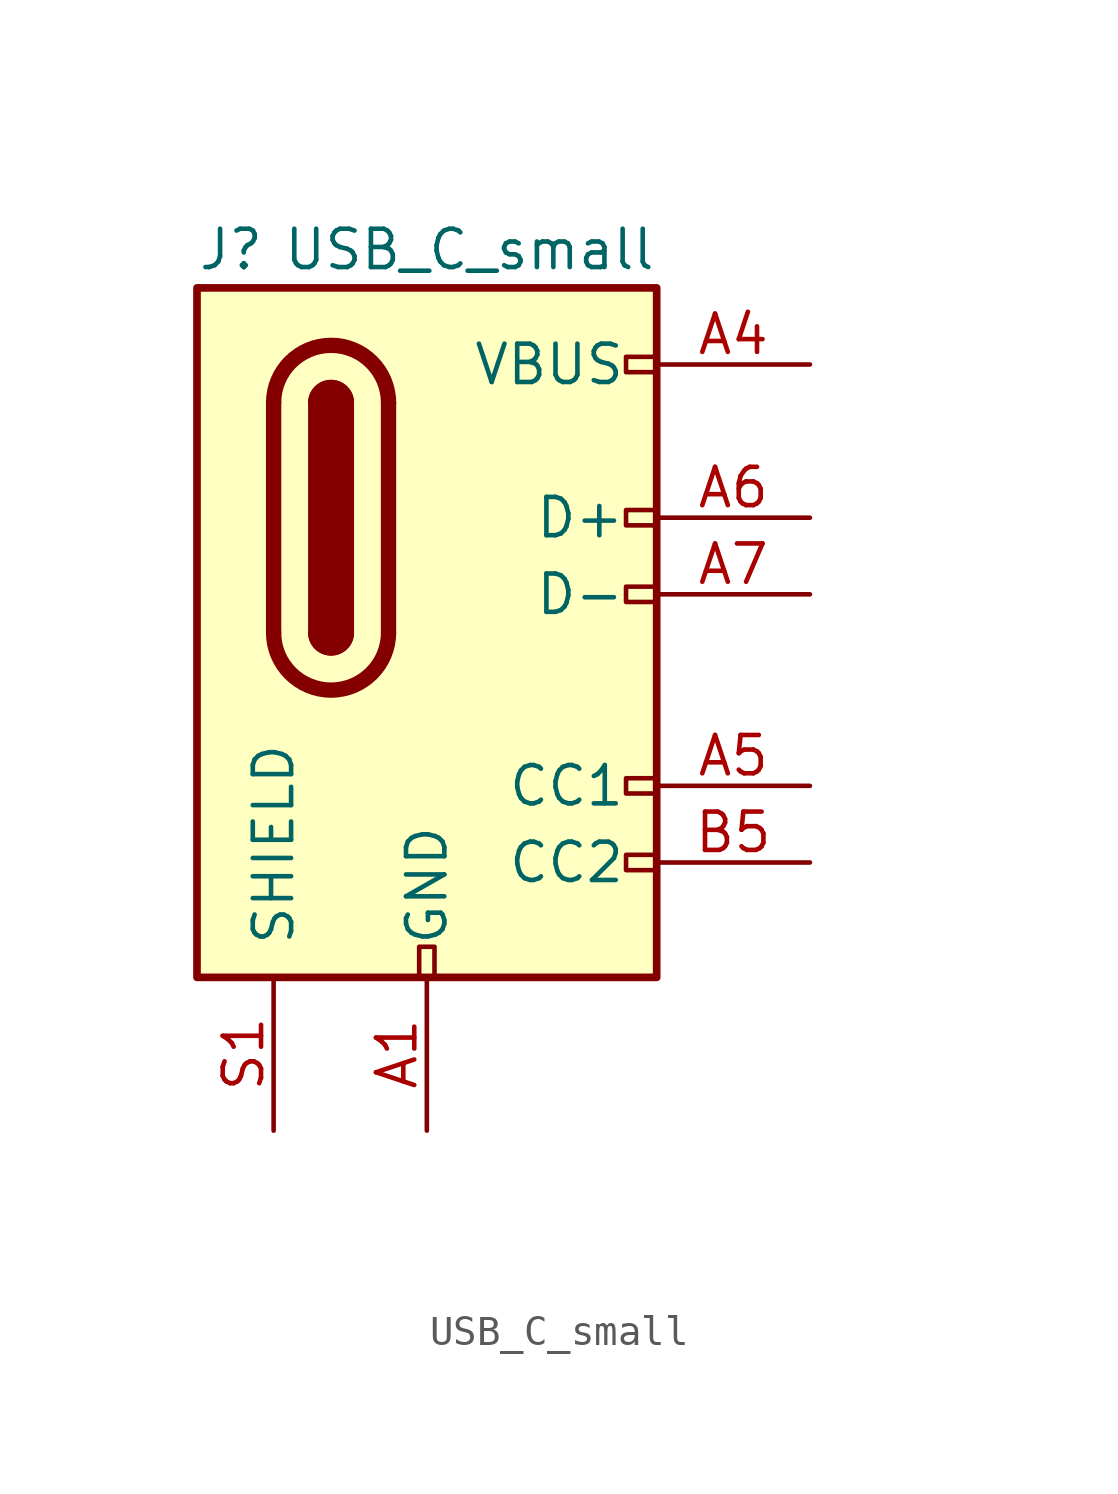
<source format=kicad_sym>
(kicad_symbol_lib
  (version 20231120)
  (generator "kicad_symbol_editor")
  (generator_version "8.0")
  (symbol "USB_C_small"
    (pin_names
      (offset 1.016))
    (property "Reference" "J"
      (at -7.62 13.97 0)
      (effects (font (size 1.27 1.27)) (justify left)))
    (property "Value" "USB_C_small"
      (at 7.62 13.97 0)
      (effects (font (size 1.27 1.27)) (justify right)))
    (symbol "USB_C_small_0_0"
      (rectangle (start -0.254 -10.16) (end 0.254 -9.144) (stroke (width 0) (type default)) (fill (type none)))
      (rectangle (start 6.604 2.794) (end 7.62 2.286) (stroke (width 0) (type default)) (fill (type none)))
      (rectangle (start 6.604 5.334) (end 7.62 4.826) (stroke (width 0) (type default)) (fill (type none)))
      (rectangle (start 7.62 -6.096) (end 6.604 -6.604) (stroke (width 0) (type default)) (fill (type none)))
      (rectangle (start 7.62 -3.556) (end 6.604 -4.064) (stroke (width 0) (type default)) (fill (type none)))
      (rectangle (start 7.62 10.414) (end 6.604 9.906) (stroke (width 0) (type default)) (fill (type none))))
    (symbol "USB_C_small_0_1"
      (rectangle (start -7.62 12.7) (end 7.62 -10.16) (stroke (width 0.254) (type default)) (fill (type background)))
      (arc (start -5.08 1.27) (mid -3.175 -0.6267) (end -1.27 1.27) (stroke (width 0.508) (type default)) (fill (type none)))
      (arc (start -3.81 1.27) (mid -3.175 0.6377) (end -2.54 1.27) (stroke (width 0.254) (type default)) (fill (type none)))
      (arc (start -3.81 1.27) (mid -3.175 0.6377) (end -2.54 1.27) (stroke (width 0.254) (type default)) (fill (type outline)))
      (rectangle (start -3.81 8.89) (end -2.54 1.27) (stroke (width 0.254) (type default)) (fill (type outline)))
      (arc (start -2.54 8.89) (mid -3.175 9.5223) (end -3.81 8.89) (stroke (width 0.254) (type default)) (fill (type none)))
      (arc (start -2.54 8.89) (mid -3.175 9.5223) (end -3.81 8.89) (stroke (width 0.254) (type default)) (fill (type outline)))
      (arc (start -1.27 8.89) (mid -3.175 10.7867) (end -5.08 8.89) (stroke (width 0.508) (type default)) (fill (type none)))
      (polyline (pts (xy -5.08 1.27) (xy -5.08 8.89)) (stroke (width 0.508) (type default)) (fill (type none)))
      (polyline (pts (xy -1.27 8.89) (xy -1.27 1.27)) (stroke (width 0.508) (type default)) (fill (type none))))
    (symbol "USB_C_small_1_1"
      (pin passive line (at 0 -15.24 90) (length 5.08) (name "GND" (effects (font (size 1.27 1.27)))) (number "A1" (effects (font (size 1.27 1.27)))))
      (pin passive line (at 0 -15.24 90) (length 5.08) hide (name "GND" (effects (font (size 1.27 1.27)))) (number "A12" (effects (font (size 1.27 1.27)))))
      (pin passive line (at 12.7 10.16 180) (length 5.08) (name "VBUS" (effects (font (size 1.27 1.27)))) (number "A4" (effects (font (size 1.27 1.27)))))
      (pin bidirectional line (at 12.7 -3.81 180) (length 5.08) (name "CC1" (effects (font (size 1.27 1.27)))) (number "A5" (effects (font (size 1.27 1.27)))))
      (pin bidirectional line (at 12.7 5.08 180) (length 5.08) (name "D+" (effects (font (size 1.27 1.27)))) (number "A6" (effects (font (size 1.27 1.27)))))
      (pin bidirectional line (at 12.7 2.54 180) (length 5.08) (name "D-" (effects (font (size 1.27 1.27)))) (number "A7" (effects (font (size 1.27 1.27)))))
      (pin no_connect line (at 13.97 -15.24 0) (length 2.54) hide (name "A8" (effects (font (size 1.27 1.27)))) (number "A8" (effects (font (size 1.27 1.27)))))
      (pin passive line (at 12.7 10.16 180) (length 5.08) hide (name "VBUS" (effects (font (size 1.27 1.27)))) (number "A9" (effects (font (size 1.27 1.27)))))
      (pin passive line (at 0 -15.24 90) (length 5.08) hide (name "GND" (effects (font (size 1.27 1.27)))) (number "B1" (effects (font (size 1.27 1.27)))))
      (pin passive line (at 0 -15.24 90) (length 5.08) hide (name "GND" (effects (font (size 1.27 1.27)))) (number "B12" (effects (font (size 1.27 1.27)))))
      (pin passive line (at 12.7 10.16 180) (length 5.08) hide (name "VBUS" (effects (font (size 1.27 1.27)))) (number "B4" (effects (font (size 1.27 1.27)))))
      (pin bidirectional line (at 12.7 -6.35 180) (length 5.08) (name "CC2" (effects (font (size 1.27 1.27)))) (number "B5" (effects (font (size 1.27 1.27)))))
      (pin bidirectional line (at 12.7 5.08 180) (length 5.08) hide (name "D+" (effects (font (size 1.27 1.27)))) (number "B6" (effects (font (size 1.27 1.27)))))
      (pin bidirectional line (at 12.7 2.54 180) (length 5.08) hide (name "D-" (effects (font (size 1.27 1.27)))) (number "B7" (effects (font (size 1.27 1.27)))))
      (pin no_connect line (at 13.97 -17.78 0) (length 2.54) hide (name "B8" (effects (font (size 1.27 1.27)))) (number "B8" (effects (font (size 1.27 1.27)))))
      (pin passive line (at 12.7 10.16 180) (length 5.08) hide (name "VBUS" (effects (font (size 1.27 1.27)))) (number "B9" (effects (font (size 1.27 1.27)))))
      (pin passive line (at -5.08 -15.24 90) (length 5.08) (name "SHIELD" (effects (font (size 1.27 1.27)))) (number "S1" (effects (font (size 1.27 1.27))))))))
</source>
